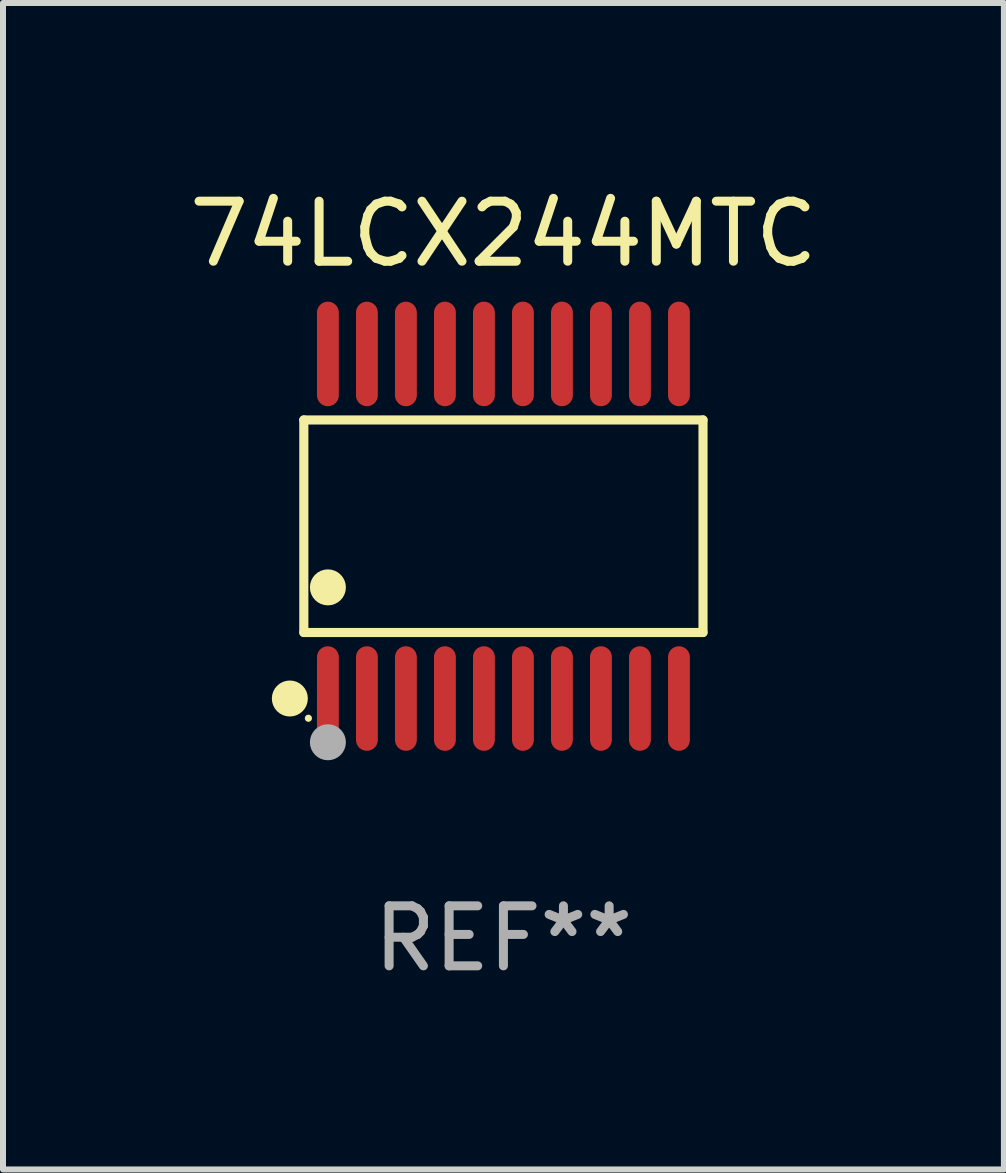
<source format=kicad_pcb>
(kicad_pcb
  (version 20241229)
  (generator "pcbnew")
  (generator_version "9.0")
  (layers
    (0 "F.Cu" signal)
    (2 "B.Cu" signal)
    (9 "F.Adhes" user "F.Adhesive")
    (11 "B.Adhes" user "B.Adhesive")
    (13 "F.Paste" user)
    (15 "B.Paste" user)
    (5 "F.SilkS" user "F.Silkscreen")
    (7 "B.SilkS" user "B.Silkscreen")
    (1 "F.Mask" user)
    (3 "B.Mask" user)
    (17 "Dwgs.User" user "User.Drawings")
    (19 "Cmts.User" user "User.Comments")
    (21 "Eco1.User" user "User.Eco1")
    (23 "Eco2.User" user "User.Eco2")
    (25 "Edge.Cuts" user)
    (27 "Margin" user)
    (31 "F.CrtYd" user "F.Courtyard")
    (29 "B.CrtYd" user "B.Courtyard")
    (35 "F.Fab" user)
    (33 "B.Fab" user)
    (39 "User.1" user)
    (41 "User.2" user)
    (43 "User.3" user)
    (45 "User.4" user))
  (footprint "74LCX244MTC"
    (layer "F.Cu")
    (at 5.339 5.719)
    (property "Reference" "74LCX244MTC" (at 0 -4.871 0) (layer "F.SilkS") (effects (font (size 1 1) (thickness 0.15))))
    (attr through_hole)
    (fp_line (start -3.326 -1.771) (end 3.326 -1.771) (stroke (width 0.152) (type solid)) (layer "F.SilkS"))
    (fp_line (start -3.326 1.771) (end -3.326 -1.771) (stroke (width 0.152) (type solid)) (layer "F.SilkS"))
    (fp_line (start 3.326 -1.771) (end 3.326 1.771) (stroke (width 0.152) (type solid)) (layer "F.SilkS"))
    (fp_line (start 3.326 1.771) (end -3.326 1.771) (stroke (width 0.152) (type solid)) (layer "F.SilkS"))
    (fp_circle (center -3.559 2.871) (end -3.409 2.871) (stroke (width 0.3) (type solid)) (fill no) (layer "F.SilkS"))
    (fp_circle (center -3.25 3.2) (end -3.22 3.2) (stroke (width 0.06) (type solid)) (fill no) (layer "F.SilkS"))
    (fp_circle (center -2.925 1.019) (end -2.775 1.019) (stroke (width 0.3) (type solid)) (fill no) (layer "F.SilkS"))
    (fp_circle (center -2.925 3.6) (end -2.775 3.6) (stroke (width 0.3) (type solid)) (fill no) (layer "F.Fab"))
    (fp_text user "REF**" (at 0 6.871 0) (layer "F.Fab") (effects (font (size 1 1) (thickness 0.15))))
    (pad "1" smd oval (at -2.925 2.871) (size 0.364 1.742) (layers "F.Cu" "F.Mask" "F.Paste"))
    (pad "2" smd oval (at -2.275 2.871) (size 0.364 1.742) (layers "F.Cu" "F.Mask" "F.Paste"))
    (pad "3" smd oval (at -1.625 2.871) (size 0.364 1.742) (layers "F.Cu" "F.Mask" "F.Paste"))
    (pad "4" smd oval (at -0.975 2.871) (size 0.364 1.742) (layers "F.Cu" "F.Mask" "F.Paste"))
    (pad "5" smd oval (at -0.325 2.871) (size 0.364 1.742) (layers "F.Cu" "F.Mask" "F.Paste"))
    (pad "6" smd oval (at 0.325 2.871) (size 0.364 1.742) (layers "F.Cu" "F.Mask" "F.Paste"))
    (pad "7" smd oval (at 0.975 2.871) (size 0.364 1.742) (layers "F.Cu" "F.Mask" "F.Paste"))
    (pad "8" smd oval (at 1.625 2.871) (size 0.364 1.742) (layers "F.Cu" "F.Mask" "F.Paste"))
    (pad "9" smd oval (at 2.275 2.871) (size 0.364 1.742) (layers "F.Cu" "F.Mask" "F.Paste"))
    (pad "10" smd oval (at 2.925 2.871) (size 0.364 1.742) (layers "F.Cu" "F.Mask" "F.Paste"))
    (pad "11" smd oval (at 2.925 -2.871) (size 0.364 1.742) (layers "F.Cu" "F.Mask" "F.Paste"))
    (pad "12" smd oval (at 2.275 -2.871) (size 0.364 1.742) (layers "F.Cu" "F.Mask" "F.Paste"))
    (pad "13" smd oval (at 1.625 -2.871) (size 0.364 1.742) (layers "F.Cu" "F.Mask" "F.Paste"))
    (pad "14" smd oval (at 0.975 -2.871) (size 0.364 1.742) (layers "F.Cu" "F.Mask" "F.Paste"))
    (pad "15" smd oval (at 0.325 -2.871) (size 0.364 1.742) (layers "F.Cu" "F.Mask" "F.Paste"))
    (pad "16" smd oval (at -0.325 -2.871) (size 0.364 1.742) (layers "F.Cu" "F.Mask" "F.Paste"))
    (pad "17" smd oval (at -0.975 -2.871) (size 0.364 1.742) (layers "F.Cu" "F.Mask" "F.Paste"))
    (pad "18" smd oval (at -1.625 -2.871) (size 0.364 1.742) (layers "F.Cu" "F.Mask" "F.Paste"))
    (pad "19" smd oval (at -2.275 -2.871) (size 0.364 1.742) (layers "F.Cu" "F.Mask" "F.Paste"))
    (pad "20" smd oval (at -2.925 -2.871) (size 0.364 1.742) (layers "F.Cu" "F.Mask" "F.Paste")))
  (gr_rect
    (start -3 -3)
    (end 13.679 16.438)
    (stroke (width 0.1) (type default))
    (fill no)
    (layer "Edge.Cuts")))
</source>
